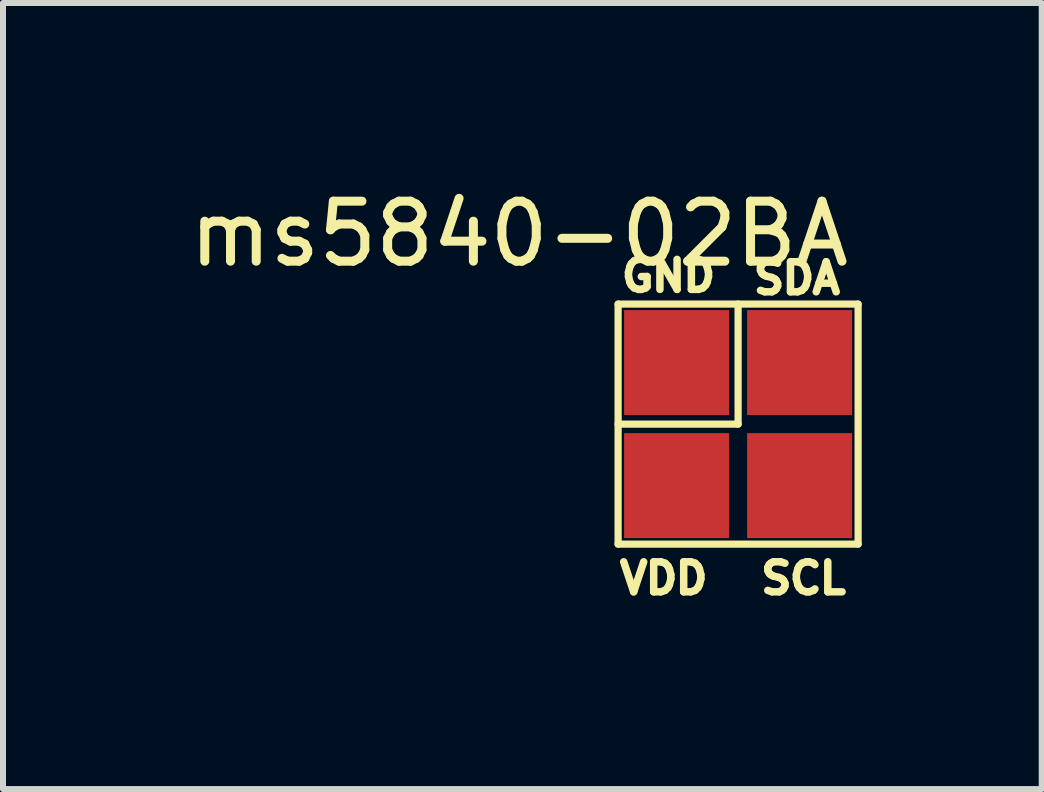
<source format=kicad_pcb>
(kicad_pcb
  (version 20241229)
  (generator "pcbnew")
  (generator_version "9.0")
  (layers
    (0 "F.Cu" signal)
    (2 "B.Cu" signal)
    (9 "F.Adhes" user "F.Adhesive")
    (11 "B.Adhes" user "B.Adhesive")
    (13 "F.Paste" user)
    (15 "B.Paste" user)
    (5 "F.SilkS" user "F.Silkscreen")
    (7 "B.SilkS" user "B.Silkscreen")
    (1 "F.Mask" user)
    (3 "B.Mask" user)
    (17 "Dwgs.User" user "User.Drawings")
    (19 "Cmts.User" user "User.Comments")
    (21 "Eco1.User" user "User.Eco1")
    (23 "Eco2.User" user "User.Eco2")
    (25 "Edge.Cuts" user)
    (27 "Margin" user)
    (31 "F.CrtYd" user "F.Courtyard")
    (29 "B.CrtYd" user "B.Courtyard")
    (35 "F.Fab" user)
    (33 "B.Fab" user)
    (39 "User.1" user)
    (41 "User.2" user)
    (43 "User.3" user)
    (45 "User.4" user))
  (footprint "ms5840-02BA"
    (layer "F.Cu")
    (at 7.251 2.018)
    (property "Reference" "ms5840-02BA" (at -1.65 -1.17 0) (layer "F.SilkS") (effects (font (size 1 1) (thickness 0.15))))
    (attr through_hole)
    (fp_line (start 0 0) (end 4 0) (stroke (width 0.12) (type solid)) (layer "F.SilkS"))
    (fp_line (start 0 4) (end 0 0) (stroke (width 0.12) (type solid)) (layer "F.SilkS"))
    (fp_line (start 2 0) (end 2 2) (stroke (width 0.12) (type solid)) (layer "F.SilkS"))
    (fp_line (start 2 2) (end 0 2) (stroke (width 0.12) (type solid)) (layer "F.SilkS"))
    (fp_line (start 4 0) (end 4 4) (stroke (width 0.12) (type solid)) (layer "F.SilkS"))
    (fp_line (start 4 4) (end 0 4) (stroke (width 0.12) (type solid)) (layer "F.SilkS"))
    (fp_text user "SCL" (at 3.09 4.57 0) (layer "F.SilkS") (effects (font (size 0.5 0.5) (thickness 0.125))))
    (fp_text user "SDA" (at 2.98 -0.43 0) (layer "F.SilkS") (effects (font (size 0.5 0.5) (thickness 0.125))))
    (fp_text user "VDD" (at 0.76 4.57 0) (layer "F.SilkS") (effects (font (size 0.5 0.5) (thickness 0.125))))
    (fp_text user "GND" (at 0.84 -0.47 0) (layer "F.SilkS") (effects (font (size 0.5 0.5) (thickness 0.125))))
    (pad "1" smd custom (at 0.975 0.975) (size 1.75 1.75) (layers "F.Cu" "F.Mask" "F.Paste") (options (anchor rect)) (primitives))
    (pad "2" smd custom (at 0.975 3.025) (size 1.75 1.75) (layers "F.Cu" "F.Mask" "F.Paste") (options (anchor rect)) (primitives))
    (pad "3" smd custom (at 3.025 3.025) (size 1.75 1.75) (layers "F.Cu" "F.Mask" "F.Paste") (options (anchor rect)) (primitives))
    (pad "4" smd custom (at 3.025 0.975) (size 1.75 1.75) (layers "F.Cu" "F.Mask" "F.Paste") (options (anchor rect)) (primitives)))
  (gr_rect
    (start -3 -3)
    (end 14.311 10.1)
    (stroke (width 0.1) (type default))
    (fill no)
    (layer "Edge.Cuts")))
</source>
